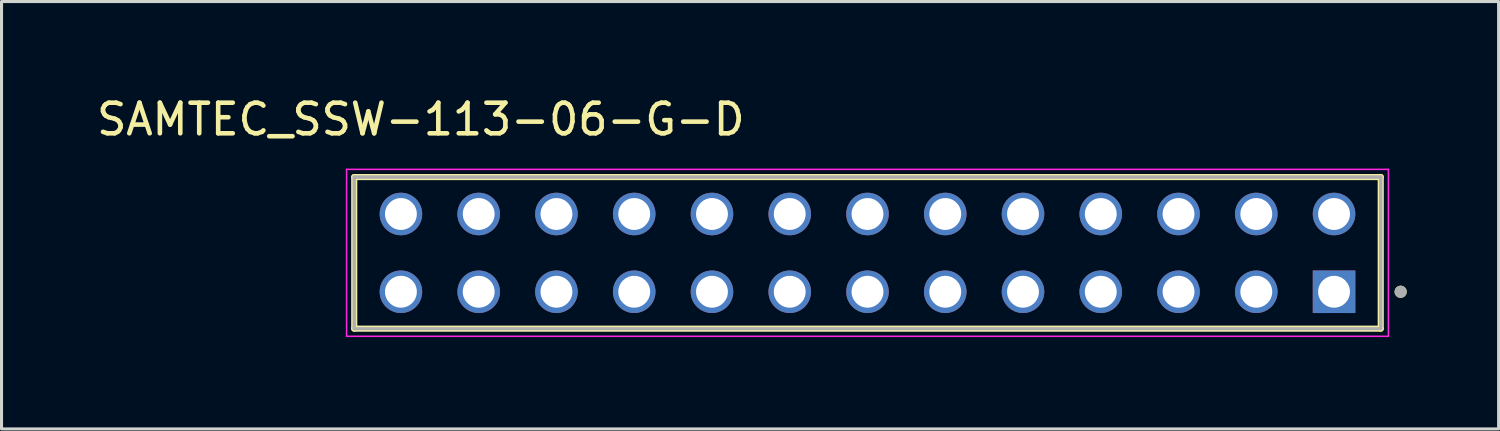
<source format=kicad_pcb>
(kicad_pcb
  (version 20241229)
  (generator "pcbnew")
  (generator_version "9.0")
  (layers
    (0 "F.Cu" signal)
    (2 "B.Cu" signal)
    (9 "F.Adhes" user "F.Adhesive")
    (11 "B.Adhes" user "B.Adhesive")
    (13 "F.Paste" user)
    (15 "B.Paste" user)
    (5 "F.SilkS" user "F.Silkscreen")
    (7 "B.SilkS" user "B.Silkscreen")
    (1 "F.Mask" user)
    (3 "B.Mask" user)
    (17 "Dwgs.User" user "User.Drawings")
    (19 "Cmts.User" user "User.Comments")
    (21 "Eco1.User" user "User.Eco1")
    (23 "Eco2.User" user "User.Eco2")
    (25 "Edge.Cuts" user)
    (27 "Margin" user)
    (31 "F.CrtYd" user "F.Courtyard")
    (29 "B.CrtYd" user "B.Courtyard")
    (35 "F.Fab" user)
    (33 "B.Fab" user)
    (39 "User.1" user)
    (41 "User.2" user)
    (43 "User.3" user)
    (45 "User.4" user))
  (footprint "SAMTEC_SSW-113-06-G-D"
    (layer "F.Cu")
    (at 40.526 6.48)
    (property "Reference" "SAMTEC_SSW-113-06-G-D" (at -29.83 -5.631 0) (layer "F.SilkS") (effects (font (size 1 1) (thickness 0.15))))
    (attr through_hole)
    (fp_line (start -32.005 1.206) (end -32.005 -3.747) (stroke (width 0.2) (type solid)) (layer "F.SilkS"))
    (fp_line (start 1.525 -3.747) (end -32.005 -3.747) (stroke (width 0.2) (type solid)) (layer "F.SilkS"))
    (fp_line (start 1.525 -3.747) (end 1.525 1.206) (stroke (width 0.2) (type solid)) (layer "F.SilkS"))
    (fp_line (start 1.525 1.206) (end -32.005 1.206) (stroke (width 0.2) (type solid)) (layer "F.SilkS"))
    (fp_circle (center 2.175 0) (end 2.275 0) (stroke (width 0.2) (type solid)) (fill no) (layer "F.SilkS"))
    (fp_line (start -32.255 -3.997) (end 1.775 -3.997) (stroke (width 0.05) (type solid)) (layer "F.CrtYd"))
    (fp_line (start -32.255 1.456) (end -32.255 -3.997) (stroke (width 0.05) (type solid)) (layer "F.CrtYd"))
    (fp_line (start 1.775 -3.997) (end 1.775 1.456) (stroke (width 0.05) (type solid)) (layer "F.CrtYd"))
    (fp_line (start 1.775 1.456) (end -32.255 1.456) (stroke (width 0.05) (type solid)) (layer "F.CrtYd"))
    (fp_line (start -32.005 -3.747) (end 1.525 -3.747) (stroke (width 0.1) (type solid)) (layer "F.Fab"))
    (fp_line (start -32.005 -3.747) (end 1.525 -3.747) (stroke (width 0.1) (type solid)) (layer "F.Fab"))
    (fp_line (start -32.005 1.206) (end -32.005 -3.747) (stroke (width 0.1) (type solid)) (layer "F.Fab"))
    (fp_line (start -32.005 1.206) (end -32.005 -3.747) (stroke (width 0.1) (type solid)) (layer "F.Fab"))
    (fp_line (start 1.525 -3.747) (end 1.525 1.206) (stroke (width 0.1) (type solid)) (layer "F.Fab"))
    (fp_line (start 1.525 -3.747) (end 1.525 1.206) (stroke (width 0.1) (type solid)) (layer "F.Fab"))
    (fp_line (start 1.525 1.206) (end -32.005 1.206) (stroke (width 0.1) (type solid)) (layer "F.Fab"))
    (fp_circle (center 2.175 0) (end 2.275 0) (stroke (width 0.2) (type solid)) (fill no) (layer "F.Fab"))
    (pad "01" thru_hole rect (at 0 0) (size 1.39 1.39) (drill 1.04) (layers "*.Cu" "*.Mask"))
    (pad "02" thru_hole circle (at 0 -2.54) (size 1.39 1.39) (drill 1.04) (layers "*.Cu" "*.Mask"))
    (pad "03" thru_hole circle (at -2.54 0) (size 1.39 1.39) (drill 1.04) (layers "*.Cu" "*.Mask"))
    (pad "04" thru_hole circle (at -2.54 -2.54) (size 1.39 1.39) (drill 1.04) (layers "*.Cu" "*.Mask"))
    (pad "05" thru_hole circle (at -5.08 0) (size 1.39 1.39) (drill 1.04) (layers "*.Cu" "*.Mask"))
    (pad "06" thru_hole circle (at -5.08 -2.54) (size 1.39 1.39) (drill 1.04) (layers "*.Cu" "*.Mask"))
    (pad "07" thru_hole circle (at -7.62 0) (size 1.39 1.39) (drill 1.04) (layers "*.Cu" "*.Mask"))
    (pad "08" thru_hole circle (at -7.62 -2.54) (size 1.39 1.39) (drill 1.04) (layers "*.Cu" "*.Mask"))
    (pad "09" thru_hole circle (at -10.16 0) (size 1.39 1.39) (drill 1.04) (layers "*.Cu" "*.Mask"))
    (pad "10" thru_hole circle (at -10.16 -2.54) (size 1.39 1.39) (drill 1.04) (layers "*.Cu" "*.Mask"))
    (pad "11" thru_hole circle (at -12.7 0) (size 1.39 1.39) (drill 1.04) (layers "*.Cu" "*.Mask"))
    (pad "12" thru_hole circle (at -12.7 -2.54) (size 1.39 1.39) (drill 1.04) (layers "*.Cu" "*.Mask"))
    (pad "13" thru_hole circle (at -15.24 0) (size 1.39 1.39) (drill 1.04) (layers "*.Cu" "*.Mask"))
    (pad "14" thru_hole circle (at -15.24 -2.54) (size 1.39 1.39) (drill 1.04) (layers "*.Cu" "*.Mask"))
    (pad "15" thru_hole circle (at -17.78 0) (size 1.39 1.39) (drill 1.04) (layers "*.Cu" "*.Mask"))
    (pad "16" thru_hole circle (at -17.78 -2.54) (size 1.39 1.39) (drill 1.04) (layers "*.Cu" "*.Mask"))
    (pad "17" thru_hole circle (at -20.32 0) (size 1.39 1.39) (drill 1.04) (layers "*.Cu" "*.Mask"))
    (pad "18" thru_hole circle (at -20.32 -2.54) (size 1.39 1.39) (drill 1.04) (layers "*.Cu" "*.Mask"))
    (pad "19" thru_hole circle (at -22.86 0) (size 1.39 1.39) (drill 1.04) (layers "*.Cu" "*.Mask"))
    (pad "20" thru_hole circle (at -22.86 -2.54) (size 1.39 1.39) (drill 1.04) (layers "*.Cu" "*.Mask"))
    (pad "21" thru_hole circle (at -25.4 0) (size 1.39 1.39) (drill 1.04) (layers "*.Cu" "*.Mask"))
    (pad "22" thru_hole circle (at -25.4 -2.54) (size 1.39 1.39) (drill 1.04) (layers "*.Cu" "*.Mask"))
    (pad "23" thru_hole circle (at -27.94 0) (size 1.39 1.39) (drill 1.04) (layers "*.Cu" "*.Mask"))
    (pad "24" thru_hole circle (at -27.94 -2.54) (size 1.39 1.39) (drill 1.04) (layers "*.Cu" "*.Mask"))
    (pad "25" thru_hole circle (at -30.48 0) (size 1.39 1.39) (drill 1.04) (layers "*.Cu" "*.Mask"))
    (pad "26" thru_hole circle (at -30.48 -2.54) (size 1.39 1.39) (drill 1.04) (layers "*.Cu" "*.Mask")))
  (gr_rect
    (start -3 -3)
    (end 45.901 10.961)
    (stroke (width 0.1) (type default))
    (fill no)
    (layer "Edge.Cuts")))
</source>
